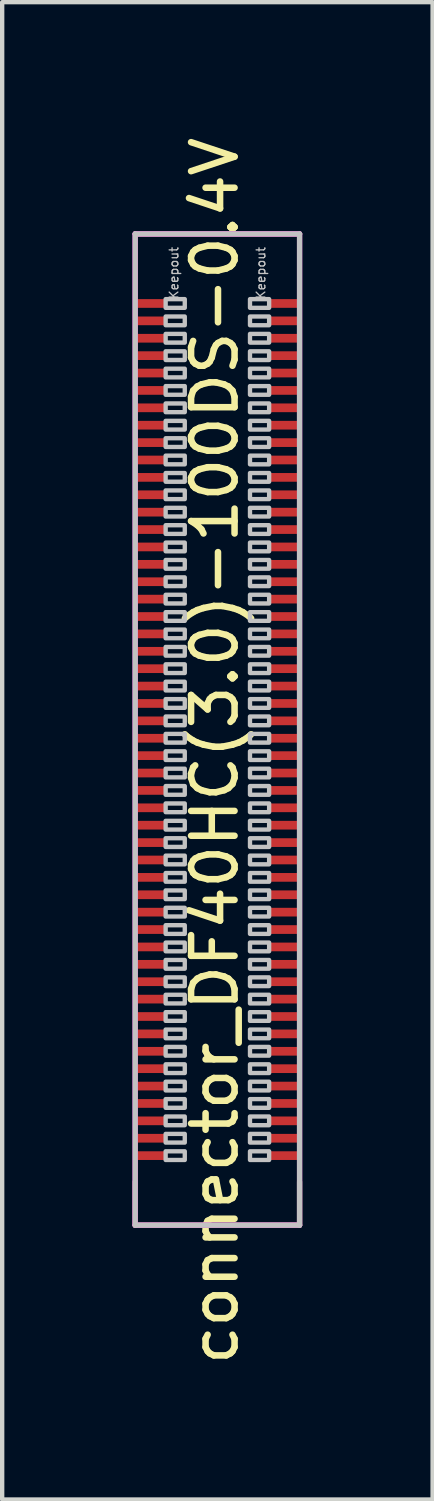
<source format=kicad_pcb>
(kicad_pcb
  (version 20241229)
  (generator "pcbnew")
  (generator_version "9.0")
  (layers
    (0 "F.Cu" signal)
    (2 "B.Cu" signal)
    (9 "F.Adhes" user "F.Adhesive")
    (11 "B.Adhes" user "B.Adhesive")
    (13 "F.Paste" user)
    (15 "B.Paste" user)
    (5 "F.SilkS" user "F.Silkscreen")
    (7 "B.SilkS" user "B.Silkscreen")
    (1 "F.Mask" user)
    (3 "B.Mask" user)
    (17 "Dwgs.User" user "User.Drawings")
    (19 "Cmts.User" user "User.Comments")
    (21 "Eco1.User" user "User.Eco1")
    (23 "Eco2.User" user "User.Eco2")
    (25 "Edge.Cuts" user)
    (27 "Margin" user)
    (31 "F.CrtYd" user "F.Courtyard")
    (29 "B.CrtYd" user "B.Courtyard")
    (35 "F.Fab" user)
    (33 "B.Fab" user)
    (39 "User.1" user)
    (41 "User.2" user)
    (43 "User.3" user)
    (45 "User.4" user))
  (footprint "connector_DF40HC(3.0)-100DS-0.4V"
    (layer "F.Cu")
    (at 1.95 13.73)
    (property "Reference" "connector_DF40HC(3.0)-100DS-0.4V" (at -0.06 0.49 90) (layer "F.SilkS") (effects (font (size 1 1) (thickness 0.15))))
    (attr through_hole)
    (fp_line (start -1.89 -11.4) (end 1.89 -11.4) (stroke (width 0.12) (type solid)) (layer "F.SilkS"))
    (fp_line (start -1.89 11.4) (end -1.89 10.4) (stroke (width 0.12) (type solid)) (layer "F.SilkS"))
    (fp_line (start -1.89 11.4) (end 1.89 11.4) (stroke (width 0.12) (type solid)) (layer "F.SilkS"))
    (fp_line (start 1.89 11.4) (end 1.89 10.4) (stroke (width 0.12) (type solid)) (layer "F.SilkS"))
    (fp_line (start -1.89 -11.4) (end 1.89 -11.4) (stroke (width 0.12) (type solid)) (layer "Dwgs.User"))
    (fp_line (start -1.89 11.4) (end -1.89 -11.4) (stroke (width 0.12) (type solid)) (layer "Dwgs.User"))
    (fp_line (start 1.89 -11.4) (end 1.89 11.4) (stroke (width 0.12) (type solid)) (layer "Dwgs.User"))
    (fp_line (start 1.89 11.4) (end -1.89 11.4) (stroke (width 0.12) (type solid)) (layer "Dwgs.User"))
    (fp_poly (pts (xy -0.75 -9.7) (xy -1.19 -9.7) (xy -1.19 -9.9) (xy -0.75 -9.9)) (stroke (width 0.1) (type solid)) (fill no) (layer "Dwgs.User"))
    (fp_poly (pts (xy -0.75 -9.3) (xy -1.19 -9.3) (xy -1.19 -9.5) (xy -0.75 -9.5)) (stroke (width 0.1) (type solid)) (fill no) (layer "Dwgs.User"))
    (fp_poly (pts (xy -0.75 -8.9) (xy -1.19 -8.9) (xy -1.19 -9.1) (xy -0.75 -9.1)) (stroke (width 0.1) (type solid)) (fill no) (layer "Dwgs.User"))
    (fp_poly (pts (xy -0.75 -8.5) (xy -1.19 -8.5) (xy -1.19 -8.7) (xy -0.75 -8.7)) (stroke (width 0.1) (type solid)) (fill no) (layer "Dwgs.User"))
    (fp_poly (pts (xy -0.75 -8.1) (xy -1.19 -8.1) (xy -1.19 -8.3) (xy -0.75 -8.3)) (stroke (width 0.1) (type solid)) (fill no) (layer "Dwgs.User"))
    (fp_poly (pts (xy -0.75 -7.7) (xy -1.19 -7.7) (xy -1.19 -7.9) (xy -0.75 -7.9)) (stroke (width 0.1) (type solid)) (fill no) (layer "Dwgs.User"))
    (fp_poly (pts (xy -0.75 -7.3) (xy -1.19 -7.3) (xy -1.19 -7.5) (xy -0.75 -7.5)) (stroke (width 0.1) (type solid)) (fill no) (layer "Dwgs.User"))
    (fp_poly (pts (xy -0.75 -6.9) (xy -1.19 -6.9) (xy -1.19 -7.1) (xy -0.75 -7.1)) (stroke (width 0.1) (type solid)) (fill no) (layer "Dwgs.User"))
    (fp_poly (pts (xy -0.75 -6.5) (xy -1.19 -6.5) (xy -1.19 -6.7) (xy -0.75 -6.7)) (stroke (width 0.1) (type solid)) (fill no) (layer "Dwgs.User"))
    (fp_poly (pts (xy -0.75 -6.1) (xy -1.19 -6.1) (xy -1.19 -6.3) (xy -0.75 -6.3)) (stroke (width 0.1) (type solid)) (fill no) (layer "Dwgs.User"))
    (fp_poly (pts (xy -0.75 -5.7) (xy -1.19 -5.7) (xy -1.19 -5.9) (xy -0.75 -5.9)) (stroke (width 0.1) (type solid)) (fill no) (layer "Dwgs.User"))
    (fp_poly (pts (xy -0.75 -5.3) (xy -1.19 -5.3) (xy -1.19 -5.5) (xy -0.75 -5.5)) (stroke (width 0.1) (type solid)) (fill no) (layer "Dwgs.User"))
    (fp_poly (pts (xy -0.75 -4.9) (xy -1.19 -4.9) (xy -1.19 -5.1) (xy -0.75 -5.1)) (stroke (width 0.1) (type solid)) (fill no) (layer "Dwgs.User"))
    (fp_poly (pts (xy -0.75 -4.5) (xy -1.19 -4.5) (xy -1.19 -4.7) (xy -0.75 -4.7)) (stroke (width 0.1) (type solid)) (fill no) (layer "Dwgs.User"))
    (fp_poly (pts (xy -0.75 -4.1) (xy -1.19 -4.1) (xy -1.19 -4.3) (xy -0.75 -4.3)) (stroke (width 0.1) (type solid)) (fill no) (layer "Dwgs.User"))
    (fp_poly (pts (xy -0.75 -3.7) (xy -1.19 -3.7) (xy -1.19 -3.9) (xy -0.75 -3.9)) (stroke (width 0.1) (type solid)) (fill no) (layer "Dwgs.User"))
    (fp_poly (pts (xy -0.75 -3.3) (xy -1.19 -3.3) (xy -1.19 -3.5) (xy -0.75 -3.5)) (stroke (width 0.1) (type solid)) (fill no) (layer "Dwgs.User"))
    (fp_poly (pts (xy -0.75 -2.9) (xy -1.19 -2.9) (xy -1.19 -3.1) (xy -0.75 -3.1)) (stroke (width 0.1) (type solid)) (fill no) (layer "Dwgs.User"))
    (fp_poly (pts (xy -0.75 -2.5) (xy -1.19 -2.5) (xy -1.19 -2.7) (xy -0.75 -2.7)) (stroke (width 0.1) (type solid)) (fill no) (layer "Dwgs.User"))
    (fp_poly (pts (xy -0.75 -2.1) (xy -1.19 -2.1) (xy -1.19 -2.3) (xy -0.75 -2.3)) (stroke (width 0.1) (type solid)) (fill no) (layer "Dwgs.User"))
    (fp_poly (pts (xy -0.75 -1.7) (xy -1.19 -1.7) (xy -1.19 -1.9) (xy -0.75 -1.9)) (stroke (width 0.1) (type solid)) (fill no) (layer "Dwgs.User"))
    (fp_poly (pts (xy -0.75 -1.3) (xy -1.19 -1.3) (xy -1.19 -1.5) (xy -0.75 -1.5)) (stroke (width 0.1) (type solid)) (fill no) (layer "Dwgs.User"))
    (fp_poly (pts (xy -0.75 -0.9) (xy -1.19 -0.9) (xy -1.19 -1.1) (xy -0.75 -1.1)) (stroke (width 0.1) (type solid)) (fill no) (layer "Dwgs.User"))
    (fp_poly (pts (xy -0.75 -0.5) (xy -1.19 -0.5) (xy -1.19 -0.7) (xy -0.75 -0.7)) (stroke (width 0.1) (type solid)) (fill no) (layer "Dwgs.User"))
    (fp_poly (pts (xy -0.75 -0.1) (xy -1.19 -0.1) (xy -1.19 -0.3) (xy -0.75 -0.3)) (stroke (width 0.1) (type solid)) (fill no) (layer "Dwgs.User"))
    (fp_poly (pts (xy -0.75 0.3) (xy -1.19 0.3) (xy -1.19 0.1) (xy -0.75 0.1)) (stroke (width 0.1) (type solid)) (fill no) (layer "Dwgs.User"))
    (fp_poly (pts (xy -0.75 0.7) (xy -1.19 0.7) (xy -1.19 0.5) (xy -0.75 0.5)) (stroke (width 0.1) (type solid)) (fill no) (layer "Dwgs.User"))
    (fp_poly (pts (xy -0.75 1.1) (xy -1.19 1.1) (xy -1.19 0.9) (xy -0.75 0.9)) (stroke (width 0.1) (type solid)) (fill no) (layer "Dwgs.User"))
    (fp_poly (pts (xy -0.75 1.5) (xy -1.19 1.5) (xy -1.19 1.3) (xy -0.75 1.3)) (stroke (width 0.1) (type solid)) (fill no) (layer "Dwgs.User"))
    (fp_poly (pts (xy -0.75 1.9) (xy -1.19 1.9) (xy -1.19 1.7) (xy -0.75 1.7)) (stroke (width 0.1) (type solid)) (fill no) (layer "Dwgs.User"))
    (fp_poly (pts (xy -0.75 2.3) (xy -1.19 2.3) (xy -1.19 2.1) (xy -0.75 2.1)) (stroke (width 0.1) (type solid)) (fill no) (layer "Dwgs.User"))
    (fp_poly (pts (xy -0.75 2.7) (xy -1.19 2.7) (xy -1.19 2.5) (xy -0.75 2.5)) (stroke (width 0.1) (type solid)) (fill no) (layer "Dwgs.User"))
    (fp_poly (pts (xy -0.75 3.1) (xy -1.19 3.1) (xy -1.19 2.9) (xy -0.75 2.9)) (stroke (width 0.1) (type solid)) (fill no) (layer "Dwgs.User"))
    (fp_poly (pts (xy -0.75 3.5) (xy -1.19 3.5) (xy -1.19 3.3) (xy -0.75 3.3)) (stroke (width 0.1) (type solid)) (fill no) (layer "Dwgs.User"))
    (fp_poly (pts (xy -0.75 3.9) (xy -1.19 3.9) (xy -1.19 3.7) (xy -0.75 3.7)) (stroke (width 0.1) (type solid)) (fill no) (layer "Dwgs.User"))
    (fp_poly (pts (xy -0.75 4.3) (xy -1.19 4.3) (xy -1.19 4.1) (xy -0.75 4.1)) (stroke (width 0.1) (type solid)) (fill no) (layer "Dwgs.User"))
    (fp_poly (pts (xy -0.75 4.7) (xy -1.19 4.7) (xy -1.19 4.5) (xy -0.75 4.5)) (stroke (width 0.1) (type solid)) (fill no) (layer "Dwgs.User"))
    (fp_poly (pts (xy -0.75 5.1) (xy -1.19 5.1) (xy -1.19 4.9) (xy -0.75 4.9)) (stroke (width 0.1) (type solid)) (fill no) (layer "Dwgs.User"))
    (fp_poly (pts (xy -0.75 5.5) (xy -1.19 5.5) (xy -1.19 5.3) (xy -0.75 5.3)) (stroke (width 0.1) (type solid)) (fill no) (layer "Dwgs.User"))
    (fp_poly (pts (xy -0.75 5.9) (xy -1.19 5.9) (xy -1.19 5.7) (xy -0.75 5.7)) (stroke (width 0.1) (type solid)) (fill no) (layer "Dwgs.User"))
    (fp_poly (pts (xy -0.75 6.3) (xy -1.19 6.3) (xy -1.19 6.1) (xy -0.75 6.1)) (stroke (width 0.1) (type solid)) (fill no) (layer "Dwgs.User"))
    (fp_poly (pts (xy -0.75 6.7) (xy -1.19 6.7) (xy -1.19 6.5) (xy -0.75 6.5)) (stroke (width 0.1) (type solid)) (fill no) (layer "Dwgs.User"))
    (fp_poly (pts (xy -0.75 7.1) (xy -1.19 7.1) (xy -1.19 6.9) (xy -0.75 6.9)) (stroke (width 0.1) (type solid)) (fill no) (layer "Dwgs.User"))
    (fp_poly (pts (xy -0.75 7.5) (xy -1.19 7.5) (xy -1.19 7.3) (xy -0.75 7.3)) (stroke (width 0.1) (type solid)) (fill no) (layer "Dwgs.User"))
    (fp_poly (pts (xy -0.75 7.9) (xy -1.19 7.9) (xy -1.19 7.7) (xy -0.75 7.7)) (stroke (width 0.1) (type solid)) (fill no) (layer "Dwgs.User"))
    (fp_poly (pts (xy -0.75 8.3) (xy -1.19 8.3) (xy -1.19 8.1) (xy -0.75 8.1)) (stroke (width 0.1) (type solid)) (fill no) (layer "Dwgs.User"))
    (fp_poly (pts (xy -0.75 8.7) (xy -1.19 8.7) (xy -1.19 8.5) (xy -0.75 8.5)) (stroke (width 0.1) (type solid)) (fill no) (layer "Dwgs.User"))
    (fp_poly (pts (xy -0.75 9.1) (xy -1.19 9.1) (xy -1.19 8.9) (xy -0.75 8.9)) (stroke (width 0.1) (type solid)) (fill no) (layer "Dwgs.User"))
    (fp_poly (pts (xy -0.75 9.5) (xy -1.19 9.5) (xy -1.19 9.3) (xy -0.75 9.3)) (stroke (width 0.1) (type solid)) (fill no) (layer "Dwgs.User"))
    (fp_poly (pts (xy -0.75 9.9) (xy -1.19 9.9) (xy -1.19 9.7) (xy -0.75 9.7)) (stroke (width 0.1) (type solid)) (fill no) (layer "Dwgs.User"))
    (fp_poly (pts (xy 1.19 -9.7) (xy 0.75 -9.7) (xy 0.75 -9.9) (xy 1.19 -9.9)) (stroke (width 0.1) (type solid)) (fill no) (layer "Dwgs.User"))
    (fp_poly (pts (xy 1.19 -9.3) (xy 0.75 -9.3) (xy 0.75 -9.5) (xy 1.19 -9.5)) (stroke (width 0.1) (type solid)) (fill no) (layer "Dwgs.User"))
    (fp_poly (pts (xy 1.19 -8.9) (xy 0.75 -8.9) (xy 0.75 -9.1) (xy 1.19 -9.1)) (stroke (width 0.1) (type solid)) (fill no) (layer "Dwgs.User"))
    (fp_poly (pts (xy 1.19 -8.5) (xy 0.75 -8.5) (xy 0.75 -8.7) (xy 1.19 -8.7)) (stroke (width 0.1) (type solid)) (fill no) (layer "Dwgs.User"))
    (fp_poly (pts (xy 1.19 -8.1) (xy 0.75 -8.1) (xy 0.75 -8.3) (xy 1.19 -8.3)) (stroke (width 0.1) (type solid)) (fill no) (layer "Dwgs.User"))
    (fp_poly (pts (xy 1.19 -7.7) (xy 0.75 -7.7) (xy 0.75 -7.9) (xy 1.19 -7.9)) (stroke (width 0.1) (type solid)) (fill no) (layer "Dwgs.User"))
    (fp_poly (pts (xy 1.19 -7.3) (xy 0.75 -7.3) (xy 0.75 -7.5) (xy 1.19 -7.5)) (stroke (width 0.1) (type solid)) (fill no) (layer "Dwgs.User"))
    (fp_poly (pts (xy 1.19 -6.9) (xy 0.75 -6.9) (xy 0.75 -7.1) (xy 1.19 -7.1)) (stroke (width 0.1) (type solid)) (fill no) (layer "Dwgs.User"))
    (fp_poly (pts (xy 1.19 -6.5) (xy 0.75 -6.5) (xy 0.75 -6.7) (xy 1.19 -6.7)) (stroke (width 0.1) (type solid)) (fill no) (layer "Dwgs.User"))
    (fp_poly (pts (xy 1.19 -6.1) (xy 0.75 -6.1) (xy 0.75 -6.3) (xy 1.19 -6.3)) (stroke (width 0.1) (type solid)) (fill no) (layer "Dwgs.User"))
    (fp_poly (pts (xy 1.19 -5.7) (xy 0.75 -5.7) (xy 0.75 -5.9) (xy 1.19 -5.9)) (stroke (width 0.1) (type solid)) (fill no) (layer "Dwgs.User"))
    (fp_poly (pts (xy 1.19 -5.3) (xy 0.75 -5.3) (xy 0.75 -5.5) (xy 1.19 -5.5)) (stroke (width 0.1) (type solid)) (fill no) (layer "Dwgs.User"))
    (fp_poly (pts (xy 1.19 -4.9) (xy 0.75 -4.9) (xy 0.75 -5.1) (xy 1.19 -5.1)) (stroke (width 0.1) (type solid)) (fill no) (layer "Dwgs.User"))
    (fp_poly (pts (xy 1.19 -4.5) (xy 0.75 -4.5) (xy 0.75 -4.7) (xy 1.19 -4.7)) (stroke (width 0.1) (type solid)) (fill no) (layer "Dwgs.User"))
    (fp_poly (pts (xy 1.19 -4.1) (xy 0.75 -4.1) (xy 0.75 -4.3) (xy 1.19 -4.3)) (stroke (width 0.1) (type solid)) (fill no) (layer "Dwgs.User"))
    (fp_poly (pts (xy 1.19 -3.7) (xy 0.75 -3.7) (xy 0.75 -3.9) (xy 1.19 -3.9)) (stroke (width 0.1) (type solid)) (fill no) (layer "Dwgs.User"))
    (fp_poly (pts (xy 1.19 -3.3) (xy 0.75 -3.3) (xy 0.75 -3.5) (xy 1.19 -3.5)) (stroke (width 0.1) (type solid)) (fill no) (layer "Dwgs.User"))
    (fp_poly (pts (xy 1.19 -2.9) (xy 0.75 -2.9) (xy 0.75 -3.1) (xy 1.19 -3.1)) (stroke (width 0.1) (type solid)) (fill no) (layer "Dwgs.User"))
    (fp_poly (pts (xy 1.19 -2.5) (xy 0.75 -2.5) (xy 0.75 -2.7) (xy 1.19 -2.7)) (stroke (width 0.1) (type solid)) (fill no) (layer "Dwgs.User"))
    (fp_poly (pts (xy 1.19 -2.1) (xy 0.75 -2.1) (xy 0.75 -2.3) (xy 1.19 -2.3)) (stroke (width 0.1) (type solid)) (fill no) (layer "Dwgs.User"))
    (fp_poly (pts (xy 1.19 -1.7) (xy 0.75 -1.7) (xy 0.75 -1.9) (xy 1.19 -1.9)) (stroke (width 0.1) (type solid)) (fill no) (layer "Dwgs.User"))
    (fp_poly (pts (xy 1.19 -1.3) (xy 0.75 -1.3) (xy 0.75 -1.5) (xy 1.19 -1.5)) (stroke (width 0.1) (type solid)) (fill no) (layer "Dwgs.User"))
    (fp_poly (pts (xy 1.19 -0.9) (xy 0.75 -0.9) (xy 0.75 -1.1) (xy 1.19 -1.1)) (stroke (width 0.1) (type solid)) (fill no) (layer "Dwgs.User"))
    (fp_poly (pts (xy 1.19 -0.5) (xy 0.75 -0.5) (xy 0.75 -0.7) (xy 1.19 -0.7)) (stroke (width 0.1) (type solid)) (fill no) (layer "Dwgs.User"))
    (fp_poly (pts (xy 1.19 -0.1) (xy 0.75 -0.1) (xy 0.75 -0.3) (xy 1.19 -0.3)) (stroke (width 0.1) (type solid)) (fill no) (layer "Dwgs.User"))
    (fp_poly (pts (xy 1.19 0.3) (xy 0.75 0.3) (xy 0.75 0.1) (xy 1.19 0.1)) (stroke (width 0.1) (type solid)) (fill no) (layer "Dwgs.User"))
    (fp_poly (pts (xy 1.19 0.7) (xy 0.75 0.7) (xy 0.75 0.5) (xy 1.19 0.5)) (stroke (width 0.1) (type solid)) (fill no) (layer "Dwgs.User"))
    (fp_poly (pts (xy 1.19 1.1) (xy 0.75 1.1) (xy 0.75 0.9) (xy 1.19 0.9)) (stroke (width 0.1) (type solid)) (fill no) (layer "Dwgs.User"))
    (fp_poly (pts (xy 1.19 1.5) (xy 0.75 1.5) (xy 0.75 1.3) (xy 1.19 1.3)) (stroke (width 0.1) (type solid)) (fill no) (layer "Dwgs.User"))
    (fp_poly (pts (xy 1.19 1.9) (xy 0.75 1.9) (xy 0.75 1.7) (xy 1.19 1.7)) (stroke (width 0.1) (type solid)) (fill no) (layer "Dwgs.User"))
    (fp_poly (pts (xy 1.19 2.3) (xy 0.75 2.3) (xy 0.75 2.1) (xy 1.19 2.1)) (stroke (width 0.1) (type solid)) (fill no) (layer "Dwgs.User"))
    (fp_poly (pts (xy 1.19 2.7) (xy 0.75 2.7) (xy 0.75 2.5) (xy 1.19 2.5)) (stroke (width 0.1) (type solid)) (fill no) (layer "Dwgs.User"))
    (fp_poly (pts (xy 1.19 3.1) (xy 0.75 3.1) (xy 0.75 2.9) (xy 1.19 2.9)) (stroke (width 0.1) (type solid)) (fill no) (layer "Dwgs.User"))
    (fp_poly (pts (xy 1.19 3.5) (xy 0.75 3.5) (xy 0.75 3.3) (xy 1.19 3.3)) (stroke (width 0.1) (type solid)) (fill no) (layer "Dwgs.User"))
    (fp_poly (pts (xy 1.19 3.9) (xy 0.75 3.9) (xy 0.75 3.7) (xy 1.19 3.7)) (stroke (width 0.1) (type solid)) (fill no) (layer "Dwgs.User"))
    (fp_poly (pts (xy 1.19 4.3) (xy 0.75 4.3) (xy 0.75 4.1) (xy 1.19 4.1)) (stroke (width 0.1) (type solid)) (fill no) (layer "Dwgs.User"))
    (fp_poly (pts (xy 1.19 4.7) (xy 0.75 4.7) (xy 0.75 4.5) (xy 1.19 4.5)) (stroke (width 0.1) (type solid)) (fill no) (layer "Dwgs.User"))
    (fp_poly (pts (xy 1.19 5.1) (xy 0.75 5.1) (xy 0.75 4.9) (xy 1.19 4.9)) (stroke (width 0.1) (type solid)) (fill no) (layer "Dwgs.User"))
    (fp_poly (pts (xy 1.19 5.5) (xy 0.75 5.5) (xy 0.75 5.3) (xy 1.19 5.3)) (stroke (width 0.1) (type solid)) (fill no) (layer "Dwgs.User"))
    (fp_poly (pts (xy 1.19 5.9) (xy 0.75 5.9) (xy 0.75 5.7) (xy 1.19 5.7)) (stroke (width 0.1) (type solid)) (fill no) (layer "Dwgs.User"))
    (fp_poly (pts (xy 1.19 6.3) (xy 0.75 6.3) (xy 0.75 6.1) (xy 1.19 6.1)) (stroke (width 0.1) (type solid)) (fill no) (layer "Dwgs.User"))
    (fp_poly (pts (xy 1.19 6.7) (xy 0.75 6.7) (xy 0.75 6.5) (xy 1.19 6.5)) (stroke (width 0.1) (type solid)) (fill no) (layer "Dwgs.User"))
    (fp_poly (pts (xy 1.19 7.1) (xy 0.75 7.1) (xy 0.75 6.9) (xy 1.19 6.9)) (stroke (width 0.1) (type solid)) (fill no) (layer "Dwgs.User"))
    (fp_poly (pts (xy 1.19 7.5) (xy 0.75 7.5) (xy 0.75 7.3) (xy 1.19 7.3)) (stroke (width 0.1) (type solid)) (fill no) (layer "Dwgs.User"))
    (fp_poly (pts (xy 1.19 7.9) (xy 0.75 7.9) (xy 0.75 7.7) (xy 1.19 7.7)) (stroke (width 0.1) (type solid)) (fill no) (layer "Dwgs.User"))
    (fp_poly (pts (xy 1.19 8.3) (xy 0.75 8.3) (xy 0.75 8.1) (xy 1.19 8.1)) (stroke (width 0.1) (type solid)) (fill no) (layer "Dwgs.User"))
    (fp_poly (pts (xy 1.19 8.7) (xy 0.75 8.7) (xy 0.75 8.5) (xy 1.19 8.5)) (stroke (width 0.1) (type solid)) (fill no) (layer "Dwgs.User"))
    (fp_poly (pts (xy 1.19 9.1) (xy 0.75 9.1) (xy 0.75 8.9) (xy 1.19 8.9)) (stroke (width 0.1) (type solid)) (fill no) (layer "Dwgs.User"))
    (fp_poly (pts (xy 1.19 9.5) (xy 0.75 9.5) (xy 0.75 9.3) (xy 1.19 9.3)) (stroke (width 0.1) (type solid)) (fill no) (layer "Dwgs.User"))
    (fp_poly (pts (xy 1.19 9.9) (xy 0.75 9.9) (xy 0.75 9.7) (xy 1.19 9.7)) (stroke (width 0.1) (type solid)) (fill no) (layer "Dwgs.User"))
    (fp_line (start -1.89 -11.4) (end 1.89 -11.4) (stroke (width 0.12) (type solid)) (layer "F.CrtYd"))
    (fp_line (start -1.89 11.4) (end -1.89 -11.4) (stroke (width 0.12) (type solid)) (layer "F.CrtYd"))
    (fp_line (start 1.89 -11.4) (end 1.89 11.4) (stroke (width 0.12) (type solid)) (layer "F.CrtYd"))
    (fp_line (start 1.89 11.4) (end -1.89 11.4) (stroke (width 0.12) (type solid)) (layer "F.CrtYd"))
    (fp_line (start -1.89 -11.4) (end 1.89 -11.4) (stroke (width 0.12) (type solid)) (layer "F.Fab"))
    (fp_line (start -1.89 11.4) (end -1.89 -11.4) (stroke (width 0.12) (type solid)) (layer "F.Fab"))
    (fp_line (start 1.89 -11.4) (end 1.89 11.4) (stroke (width 0.12) (type solid)) (layer "F.Fab"))
    (fp_line (start 1.89 11.4) (end -1.89 11.4) (stroke (width 0.12) (type solid)) (layer "F.Fab"))
    (fp_text user "Keepout" (at 1 -10.5 90) (layer "Dwgs.User") (effects (font (size 0.2 0.2) (thickness 0.03))))
    (fp_text user "Keepout" (at -1 -10.5 90) (layer "Dwgs.User") (effects (font (size 0.2 0.2) (thickness 0.03))))
    (pad "1" smd rect (at -1.54 -9.8 270) (size 0.2 0.7) (layers "F.Cu" "F.Mask" "F.Paste"))
    (pad "2" smd rect (at 1.54 -9.8 270) (size 0.2 0.7) (layers "F.Cu" "F.Mask" "F.Paste"))
    (pad "3" smd rect (at -1.54 -9.4 270) (size 0.2 0.7) (layers "F.Cu" "F.Mask" "F.Paste"))
    (pad "4" smd rect (at 1.54 -9.4 270) (size 0.2 0.7) (layers "F.Cu" "F.Mask" "F.Paste"))
    (pad "5" smd rect (at -1.54 -9 270) (size 0.2 0.7) (layers "F.Cu" "F.Mask" "F.Paste"))
    (pad "6" smd rect (at 1.54 -9 270) (size 0.2 0.7) (layers "F.Cu" "F.Mask" "F.Paste"))
    (pad "7" smd rect (at -1.54 -8.6 270) (size 0.2 0.7) (layers "F.Cu" "F.Mask" "F.Paste"))
    (pad "8" smd rect (at 1.54 -8.6 270) (size 0.2 0.7) (layers "F.Cu" "F.Mask" "F.Paste"))
    (pad "9" smd rect (at -1.54 -8.2 270) (size 0.2 0.7) (layers "F.Cu" "F.Mask" "F.Paste"))
    (pad "10" smd rect (at 1.54 -8.2 270) (size 0.2 0.7) (layers "F.Cu" "F.Mask" "F.Paste"))
    (pad "11" smd rect (at -1.54 -7.8 270) (size 0.2 0.7) (layers "F.Cu" "F.Mask" "F.Paste"))
    (pad "12" smd rect (at 1.54 -7.8 270) (size 0.2 0.7) (layers "F.Cu" "F.Mask" "F.Paste"))
    (pad "13" smd rect (at -1.54 -7.4 270) (size 0.2 0.7) (layers "F.Cu" "F.Mask" "F.Paste"))
    (pad "14" smd rect (at 1.54 -7.4 270) (size 0.2 0.7) (layers "F.Cu" "F.Mask" "F.Paste"))
    (pad "15" smd rect (at -1.54 -7 270) (size 0.2 0.7) (layers "F.Cu" "F.Mask" "F.Paste"))
    (pad "16" smd rect (at 1.54 -7 270) (size 0.2 0.7) (layers "F.Cu" "F.Mask" "F.Paste"))
    (pad "17" smd rect (at -1.54 -6.6 270) (size 0.2 0.7) (layers "F.Cu" "F.Mask" "F.Paste"))
    (pad "18" smd rect (at 1.54 -6.6 270) (size 0.2 0.7) (layers "F.Cu" "F.Mask" "F.Paste"))
    (pad "19" smd rect (at -1.54 -6.2 270) (size 0.2 0.7) (layers "F.Cu" "F.Mask" "F.Paste"))
    (pad "20" smd rect (at 1.54 -6.2 270) (size 0.2 0.7) (layers "F.Cu" "F.Mask" "F.Paste"))
    (pad "21" smd rect (at -1.54 -5.8 270) (size 0.2 0.7) (layers "F.Cu" "F.Mask" "F.Paste"))
    (pad "22" smd rect (at 1.54 -5.8 270) (size 0.2 0.7) (layers "F.Cu" "F.Mask" "F.Paste"))
    (pad "23" smd rect (at -1.54 -5.4 270) (size 0.2 0.7) (layers "F.Cu" "F.Mask" "F.Paste"))
    (pad "24" smd rect (at 1.54 -5.4 270) (size 0.2 0.7) (layers "F.Cu" "F.Mask" "F.Paste"))
    (pad "25" smd rect (at -1.54 -5 270) (size 0.2 0.7) (layers "F.Cu" "F.Mask" "F.Paste"))
    (pad "26" smd rect (at 1.54 -5 270) (size 0.2 0.7) (layers "F.Cu" "F.Mask" "F.Paste"))
    (pad "27" smd rect (at -1.54 -4.6 270) (size 0.2 0.7) (layers "F.Cu" "F.Mask" "F.Paste"))
    (pad "28" smd rect (at 1.54 -4.6 270) (size 0.2 0.7) (layers "F.Cu" "F.Mask" "F.Paste"))
    (pad "29" smd rect (at -1.54 -4.2 270) (size 0.2 0.7) (layers "F.Cu" "F.Mask" "F.Paste"))
    (pad "30" smd rect (at 1.54 -4.2 270) (size 0.2 0.7) (layers "F.Cu" "F.Mask" "F.Paste"))
    (pad "31" smd rect (at -1.54 -3.8 270) (size 0.2 0.7) (layers "F.Cu" "F.Mask" "F.Paste"))
    (pad "32" smd rect (at 1.54 -3.8 270) (size 0.2 0.7) (layers "F.Cu" "F.Mask" "F.Paste"))
    (pad "33" smd rect (at -1.54 -3.4 270) (size 0.2 0.7) (layers "F.Cu" "F.Mask" "F.Paste"))
    (pad "34" smd rect (at 1.54 -3.4 270) (size 0.2 0.7) (layers "F.Cu" "F.Mask" "F.Paste"))
    (pad "35" smd rect (at -1.54 -3 270) (size 0.2 0.7) (layers "F.Cu" "F.Mask" "F.Paste"))
    (pad "36" smd rect (at 1.54 -3 270) (size 0.2 0.7) (layers "F.Cu" "F.Mask" "F.Paste"))
    (pad "37" smd rect (at -1.54 -2.6 270) (size 0.2 0.7) (layers "F.Cu" "F.Mask" "F.Paste"))
    (pad "38" smd rect (at 1.54 -2.6 270) (size 0.2 0.7) (layers "F.Cu" "F.Mask" "F.Paste"))
    (pad "39" smd rect (at -1.54 -2.2 270) (size 0.2 0.7) (layers "F.Cu" "F.Mask" "F.Paste"))
    (pad "40" smd rect (at 1.54 -2.2 270) (size 0.2 0.7) (layers "F.Cu" "F.Mask" "F.Paste"))
    (pad "41" smd rect (at -1.54 -1.8 270) (size 0.2 0.7) (layers "F.Cu" "F.Mask" "F.Paste"))
    (pad "42" smd rect (at 1.54 -1.8 270) (size 0.2 0.7) (layers "F.Cu" "F.Mask" "F.Paste"))
    (pad "43" smd rect (at -1.54 -1.4 270) (size 0.2 0.7) (layers "F.Cu" "F.Mask" "F.Paste"))
    (pad "44" smd rect (at 1.54 -1.4 270) (size 0.2 0.7) (layers "F.Cu" "F.Mask" "F.Paste"))
    (pad "45" smd rect (at -1.54 -1 270) (size 0.2 0.7) (layers "F.Cu" "F.Mask" "F.Paste"))
    (pad "46" smd rect (at 1.54 -1 270) (size 0.2 0.7) (layers "F.Cu" "F.Mask" "F.Paste"))
    (pad "47" smd rect (at -1.54 -0.6 270) (size 0.2 0.7) (layers "F.Cu" "F.Mask" "F.Paste"))
    (pad "48" smd rect (at 1.54 -0.6 270) (size 0.2 0.7) (layers "F.Cu" "F.Mask" "F.Paste"))
    (pad "49" smd rect (at -1.54 -0.2 270) (size 0.2 0.7) (layers "F.Cu" "F.Mask" "F.Paste"))
    (pad "50" smd rect (at 1.54 -0.2 270) (size 0.2 0.7) (layers "F.Cu" "F.Mask" "F.Paste"))
    (pad "51" smd rect (at -1.54 0.2 270) (size 0.2 0.7) (layers "F.Cu" "F.Mask" "F.Paste"))
    (pad "52" smd rect (at 1.54 0.2 270) (size 0.2 0.7) (layers "F.Cu" "F.Mask" "F.Paste"))
    (pad "53" smd rect (at -1.54 0.6 270) (size 0.2 0.7) (layers "F.Cu" "F.Mask" "F.Paste"))
    (pad "54" smd rect (at 1.54 0.6 270) (size 0.2 0.7) (layers "F.Cu" "F.Mask" "F.Paste"))
    (pad "55" smd rect (at -1.54 1 270) (size 0.2 0.7) (layers "F.Cu" "F.Mask" "F.Paste"))
    (pad "56" smd rect (at 1.54 1 270) (size 0.2 0.7) (layers "F.Cu" "F.Mask" "F.Paste"))
    (pad "57" smd rect (at -1.54 1.4 270) (size 0.2 0.7) (layers "F.Cu" "F.Mask" "F.Paste"))
    (pad "58" smd rect (at 1.54 1.4 270) (size 0.2 0.7) (layers "F.Cu" "F.Mask" "F.Paste"))
    (pad "59" smd rect (at -1.54 1.8 270) (size 0.2 0.7) (layers "F.Cu" "F.Mask" "F.Paste"))
    (pad "60" smd rect (at 1.54 1.8 270) (size 0.2 0.7) (layers "F.Cu" "F.Mask" "F.Paste"))
    (pad "61" smd rect (at -1.54 2.2 270) (size 0.2 0.7) (layers "F.Cu" "F.Mask" "F.Paste"))
    (pad "62" smd rect (at 1.54 2.2 270) (size 0.2 0.7) (layers "F.Cu" "F.Mask" "F.Paste"))
    (pad "63" smd rect (at -1.54 2.6 270) (size 0.2 0.7) (layers "F.Cu" "F.Mask" "F.Paste"))
    (pad "64" smd rect (at 1.54 2.6 270) (size 0.2 0.7) (layers "F.Cu" "F.Mask" "F.Paste"))
    (pad "65" smd rect (at -1.54 3 270) (size 0.2 0.7) (layers "F.Cu" "F.Mask" "F.Paste"))
    (pad "66" smd rect (at 1.54 3 270) (size 0.2 0.7) (layers "F.Cu" "F.Mask" "F.Paste"))
    (pad "67" smd rect (at -1.54 3.4 270) (size 0.2 0.7) (layers "F.Cu" "F.Mask" "F.Paste"))
    (pad "68" smd rect (at 1.54 3.4 270) (size 0.2 0.7) (layers "F.Cu" "F.Mask" "F.Paste"))
    (pad "69" smd rect (at -1.54 3.8 270) (size 0.2 0.7) (layers "F.Cu" "F.Mask" "F.Paste"))
    (pad "70" smd rect (at 1.54 3.8 270) (size 0.2 0.7) (layers "F.Cu" "F.Mask" "F.Paste"))
    (pad "71" smd rect (at -1.54 4.2 270) (size 0.2 0.7) (layers "F.Cu" "F.Mask" "F.Paste"))
    (pad "72" smd rect (at 1.54 4.2 270) (size 0.2 0.7) (layers "F.Cu" "F.Mask" "F.Paste"))
    (pad "73" smd rect (at -1.54 4.6 270) (size 0.2 0.7) (layers "F.Cu" "F.Mask" "F.Paste"))
    (pad "74" smd rect (at 1.54 4.6 270) (size 0.2 0.7) (layers "F.Cu" "F.Mask" "F.Paste"))
    (pad "75" smd rect (at -1.54 5 270) (size 0.2 0.7) (layers "F.Cu" "F.Mask" "F.Paste"))
    (pad "76" smd rect (at 1.54 5 270) (size 0.2 0.7) (layers "F.Cu" "F.Mask" "F.Paste"))
    (pad "77" smd rect (at -1.54 5.4 270) (size 0.2 0.7) (layers "F.Cu" "F.Mask" "F.Paste"))
    (pad "78" smd rect (at 1.54 5.4 270) (size 0.2 0.7) (layers "F.Cu" "F.Mask" "F.Paste"))
    (pad "79" smd rect (at -1.54 5.8 270) (size 0.2 0.7) (layers "F.Cu" "F.Mask" "F.Paste"))
    (pad "80" smd rect (at 1.54 5.8 270) (size 0.2 0.7) (layers "F.Cu" "F.Mask" "F.Paste"))
    (pad "81" smd rect (at -1.54 6.2 270) (size 0.2 0.7) (layers "F.Cu" "F.Mask" "F.Paste"))
    (pad "82" smd rect (at 1.54 6.2 270) (size 0.2 0.7) (layers "F.Cu" "F.Mask" "F.Paste"))
    (pad "83" smd rect (at -1.54 6.6 270) (size 0.2 0.7) (layers "F.Cu" "F.Mask" "F.Paste"))
    (pad "84" smd rect (at 1.54 6.6 270) (size 0.2 0.7) (layers "F.Cu" "F.Mask" "F.Paste"))
    (pad "85" smd rect (at -1.54 7 270) (size 0.2 0.7) (layers "F.Cu" "F.Mask" "F.Paste"))
    (pad "86" smd rect (at 1.54 7 270) (size 0.2 0.7) (layers "F.Cu" "F.Mask" "F.Paste"))
    (pad "87" smd rect (at -1.54 7.4 270) (size 0.2 0.7) (layers "F.Cu" "F.Mask" "F.Paste"))
    (pad "88" smd rect (at 1.54 7.4 270) (size 0.2 0.7) (layers "F.Cu" "F.Mask" "F.Paste"))
    (pad "89" smd rect (at -1.54 7.8 270) (size 0.2 0.7) (layers "F.Cu" "F.Mask" "F.Paste"))
    (pad "90" smd rect (at 1.54 7.8 270) (size 0.2 0.7) (layers "F.Cu" "F.Mask" "F.Paste"))
    (pad "91" smd rect (at -1.54 8.2 270) (size 0.2 0.7) (layers "F.Cu" "F.Mask" "F.Paste"))
    (pad "92" smd rect (at 1.54 8.2 270) (size 0.2 0.7) (layers "F.Cu" "F.Mask" "F.Paste"))
    (pad "93" smd rect (at -1.54 8.6 270) (size 0.2 0.7) (layers "F.Cu" "F.Mask" "F.Paste"))
    (pad "94" smd rect (at 1.54 8.6 270) (size 0.2 0.7) (layers "F.Cu" "F.Mask" "F.Paste"))
    (pad "95" smd rect (at -1.54 9 270) (size 0.2 0.7) (layers "F.Cu" "F.Mask" "F.Paste"))
    (pad "96" smd rect (at 1.54 9 270) (size 0.2 0.7) (layers "F.Cu" "F.Mask" "F.Paste"))
    (pad "97" smd rect (at -1.54 9.4 270) (size 0.2 0.7) (layers "F.Cu" "F.Mask" "F.Paste"))
    (pad "98" smd rect (at 1.54 9.4 270) (size 0.2 0.7) (layers "F.Cu" "F.Mask" "F.Paste"))
    (pad "99" smd rect (at -1.54 9.8 270) (size 0.2 0.7) (layers "F.Cu" "F.Mask" "F.Paste"))
    (pad "100" smd rect (at 1.54 9.8 270) (size 0.2 0.7) (layers "F.Cu" "F.Mask" "F.Paste")))
  (gr_rect
    (start -3 -3)
    (end 6.9 31.44)
    (stroke (width 0.1) (type default))
    (fill no)
    (layer "Edge.Cuts")))
</source>
